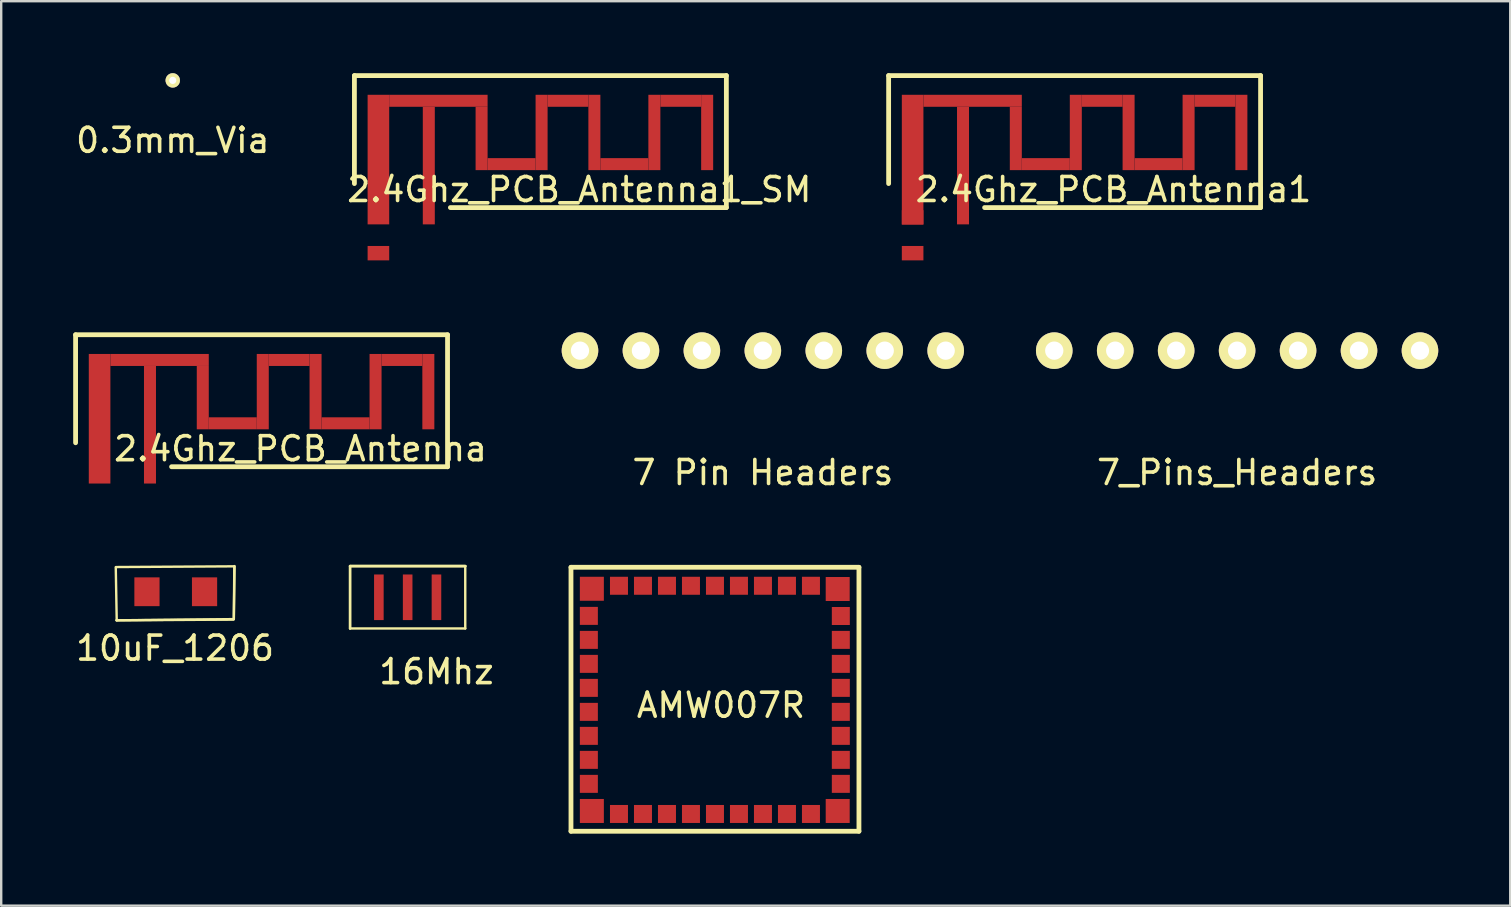
<source format=kicad_pcb>
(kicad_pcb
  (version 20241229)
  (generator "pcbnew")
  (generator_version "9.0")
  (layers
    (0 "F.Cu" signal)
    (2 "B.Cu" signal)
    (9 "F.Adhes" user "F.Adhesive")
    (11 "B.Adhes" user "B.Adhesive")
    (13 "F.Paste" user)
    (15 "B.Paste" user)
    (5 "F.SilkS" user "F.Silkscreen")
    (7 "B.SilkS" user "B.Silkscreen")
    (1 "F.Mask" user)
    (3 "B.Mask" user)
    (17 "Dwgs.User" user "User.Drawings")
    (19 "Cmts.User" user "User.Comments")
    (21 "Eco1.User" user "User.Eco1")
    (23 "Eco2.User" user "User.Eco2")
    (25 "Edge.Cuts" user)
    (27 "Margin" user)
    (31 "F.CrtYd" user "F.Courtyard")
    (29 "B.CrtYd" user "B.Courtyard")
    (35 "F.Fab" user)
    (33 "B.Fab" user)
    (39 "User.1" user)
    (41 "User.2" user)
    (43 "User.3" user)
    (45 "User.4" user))
  (footprint "2.4Ghz_PCB_Antenna1_SM"
    (layer "F.Cu")
    (at 12.719 3.6)
    (property "Reference" "2.4Ghz_PCB_Antenna1_SM" (at 8.37 1.25 0) (layer "F.SilkS") (effects (font (size 1 1) (thickness 0.15))))
    (attr through_hole)
    (fp_line (start -1 -3.5) (end -1 1) (stroke (width 0.2) (type solid)) (layer "F.SilkS"))
    (fp_line (start 3 2) (end 14.5 2) (stroke (width 0.2) (type solid)) (layer "F.SilkS"))
    (fp_line (start 14.5 -3.5) (end -1 -3.5) (stroke (width 0.2) (type solid)) (layer "F.SilkS"))
    (fp_line (start 14.5 -3.5) (end 14.5 2) (stroke (width 0.2) (type solid)) (layer "F.SilkS"))
    (pad "1" smd rect (at 0 0) (size 0.9 5.4) (layers "F.Cu" "F.Mask" "F.Paste"))
    (pad "1" smd rect (at 2.1 0.25) (size 0.5 4.9) (layers "F.Cu" "F.Mask" "F.Paste"))
    (pad "1" smd rect (at 2.5 -2.45 180) (size 4.1 0.5) (layers "F.Cu" "F.Mask" "F.Paste"))
    (pad "1" smd rect (at 4.3 -0.88) (size 0.5 2.64) (layers "F.Cu" "F.Mask" "F.Paste"))
    (pad "1" smd rect (at 5.55 0.19 180) (size 2 0.5) (layers "F.Cu" "F.Mask" "F.Paste"))
    (pad "1" smd rect (at 6.8 -1.13) (size 0.5 3.14) (layers "F.Cu" "F.Mask" "F.Paste"))
    (pad "1" smd rect (at 7.9 -2.45 180) (size 1.7 0.5) (layers "F.Cu" "F.Mask" "F.Paste"))
    (pad "1" smd rect (at 9 -1.13) (size 0.5 3.14) (layers "F.Cu" "F.Mask" "F.Paste"))
    (pad "1" smd rect (at 10.25 0.19 180) (size 2 0.5) (layers "F.Cu" "F.Mask" "F.Paste"))
    (pad "1" smd rect (at 11.5 -1.13) (size 0.5 3.14) (layers "F.Cu" "F.Mask" "F.Paste"))
    (pad "1" smd rect (at 12.6 -2.45 180) (size 1.7 0.5) (layers "F.Cu" "F.Mask" "F.Paste"))
    (pad "1" smd rect (at 13.7 -1.13) (size 0.5 3.14) (layers "F.Cu" "F.Mask" "F.Paste"))
    (pad "2" smd rect (at 0 3.9) (size 0.9 0.6) (layers "F.Cu" "F.Mask" "F.Paste")))
  (footprint "2.4Ghz_PCB_Antenna"
    (layer "F.Cu")
    (at 1.1 14.4)
    (property "Reference" "2.4Ghz_PCB_Antenna" (at 8.37 1.25 0) (layer "F.SilkS") (effects (font (size 1 1) (thickness 0.15))))
    (attr through_hole)
    (fp_line (start -1 -3.5) (end -1 1) (stroke (width 0.2) (type solid)) (layer "F.SilkS"))
    (fp_line (start 3 2) (end 14.5 2) (stroke (width 0.2) (type solid)) (layer "F.SilkS"))
    (fp_line (start 14.5 -3.5) (end -1 -3.5) (stroke (width 0.2) (type solid)) (layer "F.SilkS"))
    (fp_line (start 14.5 -3.5) (end 14.5 2) (stroke (width 0.2) (type solid)) (layer "F.SilkS"))
    (pad "1" smd rect (at 0 0) (size 0.9 5.4) (layers "F.Cu" "F.Mask" "F.Paste"))
    (pad "1" smd rect (at 2.1 0.25) (size 0.5 4.9) (layers "F.Cu" "F.Mask" "F.Paste"))
    (pad "1" smd rect (at 2.5 -2.45 180) (size 4.1 0.5) (layers "F.Cu" "F.Mask" "F.Paste"))
    (pad "1" smd rect (at 4.3 -0.88) (size 0.5 2.64) (layers "F.Cu" "F.Mask" "F.Paste"))
    (pad "1" smd rect (at 5.55 0.19 180) (size 2 0.5) (layers "F.Cu" "F.Mask" "F.Paste"))
    (pad "1" smd rect (at 6.8 -1.13) (size 0.5 3.14) (layers "F.Cu" "F.Mask" "F.Paste"))
    (pad "1" smd rect (at 7.9 -2.45 180) (size 1.7 0.5) (layers "F.Cu" "F.Mask" "F.Paste"))
    (pad "1" smd rect (at 9 -1.13) (size 0.5 3.14) (layers "F.Cu" "F.Mask" "F.Paste"))
    (pad "1" smd rect (at 10.25 0.19 180) (size 2 0.5) (layers "F.Cu" "F.Mask" "F.Paste"))
    (pad "1" smd rect (at 11.5 -1.13) (size 0.5 3.14) (layers "F.Cu" "F.Mask" "F.Paste"))
    (pad "1" smd rect (at 12.6 -2.45 180) (size 1.7 0.5) (layers "F.Cu" "F.Mask" "F.Paste"))
    (pad "1" smd rect (at 13.7 -1.13) (size 0.5 3.14) (layers "F.Cu" "F.Mask" "F.Paste")))
  (footprint "16Mhz"
    (layer "F.Cu")
    (at 15.138 24.44)
    (property "Reference" "16Mhz" (at 0 0.5 0) (layer "F.SilkS") (effects (font (size 1 1) (thickness 0.15))))
    (attr through_hole)
    (fp_line (start -3.6 -3.9) (end -3.6 -1.3) (stroke (width 0.1) (type solid)) (layer "F.SilkS"))
    (fp_line (start -3.6 -3.9) (end -3.6 -1.3) (stroke (width 0.1) (type solid)) (layer "F.SilkS"))
    (fp_line (start -3.6 -3.9) (end 1.2 -3.9) (stroke (width 0.1) (type solid)) (layer "F.SilkS"))
    (fp_line (start -3.6 -3.9) (end 1.2 -3.9) (stroke (width 0.1) (type solid)) (layer "F.SilkS"))
    (fp_line (start -3.6 -1.3) (end 1.2 -1.3) (stroke (width 0.1) (type solid)) (layer "F.SilkS"))
    (fp_line (start 1.2 -3.9) (end -3.6 -3.9) (stroke (width 0.1) (type solid)) (layer "F.SilkS"))
    (fp_line (start 1.2 -3.9) (end 1.2 -1.3) (stroke (width 0.1) (type solid)) (layer "F.SilkS"))
    (pad "1" smd rect (at -2.4 -2.6) (size 0.4 1.9) (layers "F.Cu" "F.Mask" "F.Paste"))
    (pad "2" smd rect (at -1.2 -2.6) (size 0.4 1.9) (layers "F.Cu" "F.Mask" "F.Paste"))
    (pad "3" smd rect (at 0 -2.6) (size 0.4 1.9) (layers "F.Cu" "F.Mask" "F.Paste")))
  (footprint "2.4Ghz_PCB_Antenna1"
    (layer "F.Cu")
    (at 34.981 3.6)
    (property "Reference" "2.4Ghz_PCB_Antenna1" (at 8.37 1.25 0) (layer "F.SilkS") (effects (font (size 1 1) (thickness 0.15))))
    (attr through_hole)
    (fp_line (start -1 -3.5) (end -1 1) (stroke (width 0.2) (type solid)) (layer "F.SilkS"))
    (fp_line (start 3 2) (end 14.5 2) (stroke (width 0.2) (type solid)) (layer "F.SilkS"))
    (fp_line (start 14.5 -3.5) (end -1 -3.5) (stroke (width 0.2) (type solid)) (layer "F.SilkS"))
    (fp_line (start 14.5 -3.5) (end 14.5 2) (stroke (width 0.2) (type solid)) (layer "F.SilkS"))
    (pad "1" smd rect (at 0 0) (size 0.9 5.4) (layers "F.Cu" "F.Mask" "F.Paste"))
    (pad "1" smd rect (at 0 2.41) (size 0.9 0.6) (layers "F.Cu" "F.Mask" "F.Paste"))
    (pad "1" smd rect (at 2.1 0.25) (size 0.5 4.9) (layers "F.Cu" "F.Mask" "F.Paste"))
    (pad "1" smd rect (at 2.5 -2.45 180) (size 4.1 0.5) (layers "F.Cu" "F.Mask" "F.Paste"))
    (pad "1" smd rect (at 4.3 -0.88) (size 0.5 2.64) (layers "F.Cu" "F.Mask" "F.Paste"))
    (pad "1" smd rect (at 5.55 0.19 180) (size 2 0.5) (layers "F.Cu" "F.Mask" "F.Paste"))
    (pad "1" smd rect (at 6.8 -1.13) (size 0.5 3.14) (layers "F.Cu" "F.Mask" "F.Paste"))
    (pad "1" smd rect (at 7.9 -2.45 180) (size 1.7 0.5) (layers "F.Cu" "F.Mask" "F.Paste"))
    (pad "1" smd rect (at 9 -1.13) (size 0.5 3.14) (layers "F.Cu" "F.Mask" "F.Paste"))
    (pad "1" smd rect (at 10.25 0.19 180) (size 2 0.5) (layers "F.Cu" "F.Mask" "F.Paste"))
    (pad "1" smd rect (at 11.5 -1.13) (size 0.5 3.14) (layers "F.Cu" "F.Mask" "F.Paste"))
    (pad "1" smd rect (at 12.6 -2.45 180) (size 1.7 0.5) (layers "F.Cu" "F.Mask" "F.Paste"))
    (pad "1" smd rect (at 13.7 -1.13) (size 0.5 3.14) (layers "F.Cu" "F.Mask" "F.Paste"))
    (pad "2" smd rect (at 0 3.9) (size 0.9 0.6) (layers "F.Cu" "F.Mask" "F.Paste")))
  (footprint "10uF_1206"
    (layer "F.Cu")
    (at 4.244 24.72)
    (property "Reference" "10uF_1206" (at 0 -0.76 0) (layer "F.SilkS") (effects (font (size 1 1) (thickness 0.15))))
    (attr through_hole)
    (fp_line (start -2.46 -4.14) (end 2.46 -4.17) (stroke (width 0.1) (type solid)) (layer "F.SilkS"))
    (fp_line (start -2.44 -1.92) (end 2.44 -1.97) (stroke (width 0.1) (type solid)) (layer "F.SilkS"))
    (fp_line (start -2.43 -1.92) (end -2.47 -4.13) (stroke (width 0.1) (type solid)) (layer "F.SilkS"))
    (fp_line (start 2.44 -1.95) (end -2.43 -1.92) (stroke (width 0.1) (type solid)) (layer "F.SilkS"))
    (fp_line (start 2.45 -1.98) (end 2.47 -4.16) (stroke (width 0.1) (type solid)) (layer "F.SilkS"))
    (fp_line (start 2.48 -4.18) (end 2.45 -1.98) (stroke (width 0.1) (type solid)) (layer "F.SilkS"))
    (pad "1" smd rect (at -1.17 -3.11) (size 1.05 1.2) (layers "F.Cu" "F.Mask" "F.Paste"))
    (pad "2" smd rect (at 1.23 -3.11) (size 1.05 1.2) (layers "F.Cu" "F.Mask" "F.Paste")))
  (footprint "0.3mm_Via"
    (layer "F.Cu")
    (at 4.149 0.3)
    (property "Reference" "0.3mm_Via" (at 0 2.5 0) (layer "F.SilkS") (effects (font (size 1 1) (thickness 0.15))))
    (attr through_hole)
    (pad "1" thru_hole circle (at 0 0) (size 0.6 0.6) (drill 0.3) (layers "*.Cu" "*.Mask" "F.SilkS")))
  (footprint "7 Pin Headers"
    (layer "F.Cu")
    (at 28.739 16.642)
    (property "Reference" "7 Pin Headers" (at 0 0 0) (layer "F.SilkS") (effects (font (size 1 1) (thickness 0.15))))
    (attr through_hole)
    (pad "1" thru_hole circle (at -7.62 -5.08) (size 1.524 1.524) (drill 0.762) (layers "*.Cu" "*.Mask" "F.SilkS"))
    (pad "2" thru_hole circle (at -5.08 -5.08) (size 1.524 1.524) (drill 0.762) (layers "*.Cu" "*.Mask" "F.SilkS"))
    (pad "3" thru_hole circle (at -2.54 -5.08) (size 1.524 1.524) (drill 0.762) (layers "*.Cu" "*.Mask" "F.SilkS"))
    (pad "4" thru_hole circle (at 0 -5.08) (size 1.524 1.524) (drill 0.762) (layers "*.Cu" "*.Mask" "F.SilkS"))
    (pad "5" thru_hole circle (at 2.54 -5.08) (size 1.524 1.524) (drill 0.762) (layers "*.Cu" "*.Mask" "F.SilkS"))
    (pad "6" thru_hole circle (at 5.08 -5.08) (size 1.524 1.524) (drill 0.762) (layers "*.Cu" "*.Mask" "F.SilkS"))
    (pad "7" thru_hole circle (at 7.62 -5.08) (size 1.524 1.524) (drill 0.762) (layers "*.Cu" "*.Mask" "F.SilkS")))
  (footprint "AMW007R"
    (layer "F.Cu")
    (at 22.744 30.84)
    (property "Reference" "AMW007R" (at 4.25 -4.5 0) (layer "F.SilkS") (effects (font (size 1 1) (thickness 0.15))))
    (attr through_hole)
    (fp_line (start -2 -10.25) (end 10 -10.25) (stroke (width 0.2) (type solid)) (layer "F.SilkS"))
    (fp_line (start -2 0.75) (end -2 -10.25) (stroke (width 0.2) (type solid)) (layer "F.SilkS"))
    (fp_line (start 10 -10.25) (end 10 0.75) (stroke (width 0.2) (type solid)) (layer "F.SilkS"))
    (fp_line (start 10 0.75) (end -2 0.75) (stroke (width 0.2) (type solid)) (layer "F.SilkS"))
    (pad "1" smd rect (at -1.13 -9.355) (size 1 1) (layers "F.Cu" "F.Mask" "F.Paste"))
    (pad "2" smd rect (at -1.255 -8.225) (size 0.75 0.75) (layers "F.Cu" "F.Mask" "F.Paste"))
    (pad "3" smd rect (at -1.255 -7.225) (size 0.75 0.75) (layers "F.Cu" "F.Mask" "F.Paste"))
    (pad "4" smd rect (at -1.255 -6.225) (size 0.75 0.75) (layers "F.Cu" "F.Mask" "F.Paste"))
    (pad "5" smd rect (at -1.255 -5.225) (size 0.75 0.75) (layers "F.Cu" "F.Mask" "F.Paste"))
    (pad "6" smd rect (at -1.255 -4.225) (size 0.75 0.75) (layers "F.Cu" "F.Mask" "F.Paste"))
    (pad "7" smd rect (at -1.255 -3.225) (size 0.75 0.75) (layers "F.Cu" "F.Mask" "F.Paste"))
    (pad "8" smd rect (at -1.255 -2.225) (size 0.75 0.75) (layers "F.Cu" "F.Mask" "F.Paste"))
    (pad "9" smd rect (at -1.255 -1.225) (size 0.75 0.75) (layers "F.Cu" "F.Mask" "F.Paste"))
    (pad "10" smd rect (at -1.13 -0.095) (size 1 1) (layers "F.Cu" "F.Mask" "F.Paste"))
    (pad "11" smd rect (at 0 0.03) (size 0.75 0.75) (layers "F.Cu" "F.Mask" "F.Paste"))
    (pad "12" smd rect (at 1 0.03) (size 0.75 0.75) (layers "F.Cu" "F.Mask" "F.Paste"))
    (pad "13" smd rect (at 2 0.03) (size 0.75 0.75) (layers "F.Cu" "F.Mask" "F.Paste"))
    (pad "14" smd rect (at 3 0.03) (size 0.75 0.75) (layers "F.Cu" "F.Mask" "F.Paste"))
    (pad "15" smd rect (at 4 0.03) (size 0.75 0.75) (layers "F.Cu" "F.Mask" "F.Paste"))
    (pad "16" smd rect (at 5 0.03) (size 0.75 0.75) (layers "F.Cu" "F.Mask" "F.Paste"))
    (pad "17" smd rect (at 6 0.03) (size 0.75 0.75) (layers "F.Cu" "F.Mask" "F.Paste"))
    (pad "18" smd rect (at 7 0.03) (size 0.75 0.75) (layers "F.Cu" "F.Mask" "F.Paste"))
    (pad "19" smd rect (at 8 0.03) (size 0.75 0.75) (layers "F.Cu" "F.Mask" "F.Paste"))
    (pad "20" smd rect (at 9.115 -0.095) (size 1 1) (layers "F.Cu" "F.Mask" "F.Paste"))
    (pad "21" smd rect (at 9.245 -1.225) (size 0.75 0.75) (layers "F.Cu" "F.Mask" "F.Paste"))
    (pad "22" smd rect (at 9.245 -2.225) (size 0.75 0.75) (layers "F.Cu" "F.Mask" "F.Paste"))
    (pad "23" smd rect (at 9.245 -3.225) (size 0.75 0.75) (layers "F.Cu" "F.Mask" "F.Paste"))
    (pad "24" smd rect (at 9.245 -4.225) (size 0.75 0.75) (layers "F.Cu" "F.Mask" "F.Paste"))
    (pad "25" smd rect (at 9.245 -5.225) (size 0.75 0.75) (layers "F.Cu" "F.Mask" "F.Paste"))
    (pad "26" smd rect (at 9.245 -6.225) (size 0.75 0.75) (layers "F.Cu" "F.Mask" "F.Paste"))
    (pad "27" smd rect (at 9.245 -7.225) (size 0.75 0.75) (layers "F.Cu" "F.Mask" "F.Paste"))
    (pad "28" smd rect (at 9.245 -8.22) (size 0.75 0.75) (layers "F.Cu" "F.Mask" "F.Paste"))
    (pad "29" smd rect (at 9.115 -9.345) (size 1 1) (layers "F.Cu" "F.Mask" "F.Paste"))
    (pad "30" smd rect (at 8 -9.48) (size 0.75 0.75) (layers "F.Cu" "F.Mask" "F.Paste"))
    (pad "31" smd rect (at 7 -9.48) (size 0.75 0.75) (layers "F.Cu" "F.Mask" "F.Paste"))
    (pad "32" smd rect (at 6 -9.48) (size 0.75 0.75) (layers "F.Cu" "F.Mask" "F.Paste"))
    (pad "33" smd rect (at 5 -9.48) (size 0.75 0.75) (layers "F.Cu" "F.Mask" "F.Paste"))
    (pad "34" smd rect (at 4 -9.48) (size 0.75 0.75) (layers "F.Cu" "F.Mask" "F.Paste"))
    (pad "35" smd rect (at 3 -9.48) (size 0.75 0.75) (layers "F.Cu" "F.Mask" "F.Paste"))
    (pad "36" smd rect (at 2 -9.48) (size 0.75 0.75) (layers "F.Cu" "F.Mask" "F.Paste"))
    (pad "37" smd rect (at 1 -9.48) (size 0.75 0.75) (layers "F.Cu" "F.Mask" "F.Paste"))
    (pad "38" smd rect (at 0 -9.48) (size 0.75 0.75) (layers "F.Cu" "F.Mask" "F.Paste")))
  (footprint "7_Pins_Headers"
    (layer "F.Cu")
    (at 48.503 16.642)
    (property "Reference" "7_Pins_Headers" (at 0 0 0) (layer "F.SilkS") (effects (font (size 1 1) (thickness 0.15))))
    (attr through_hole)
    (pad "1" thru_hole circle (at -7.62 -5.08) (size 1.524 1.524) (drill 0.762) (layers "*.Cu" "*.Mask" "F.SilkS"))
    (pad "2" thru_hole circle (at -5.08 -5.08) (size 1.524 1.524) (drill 0.762) (layers "*.Cu" "*.Mask" "F.SilkS"))
    (pad "3" thru_hole circle (at -2.54 -5.08) (size 1.524 1.524) (drill 0.762) (layers "*.Cu" "*.Mask" "F.SilkS"))
    (pad "4" thru_hole circle (at 0 -5.08) (size 1.524 1.524) (drill 0.762) (layers "*.Cu" "*.Mask" "F.SilkS"))
    (pad "5" thru_hole circle (at 2.54 -5.08) (size 1.524 1.524) (drill 0.762) (layers "*.Cu" "*.Mask" "F.SilkS"))
    (pad "6" thru_hole circle (at 5.08 -5.08) (size 1.524 1.524) (drill 0.762) (layers "*.Cu" "*.Mask" "F.SilkS"))
    (pad "7" thru_hole circle (at 7.62 -5.08) (size 1.524 1.524) (drill 0.762) (layers "*.Cu" "*.Mask" "F.SilkS")))
  (gr_rect
    (start -3 -3)
    (end 59.885 34.69)
    (stroke (width 0.1) (type default))
    (fill no)
    (layer "Edge.Cuts")))
</source>
